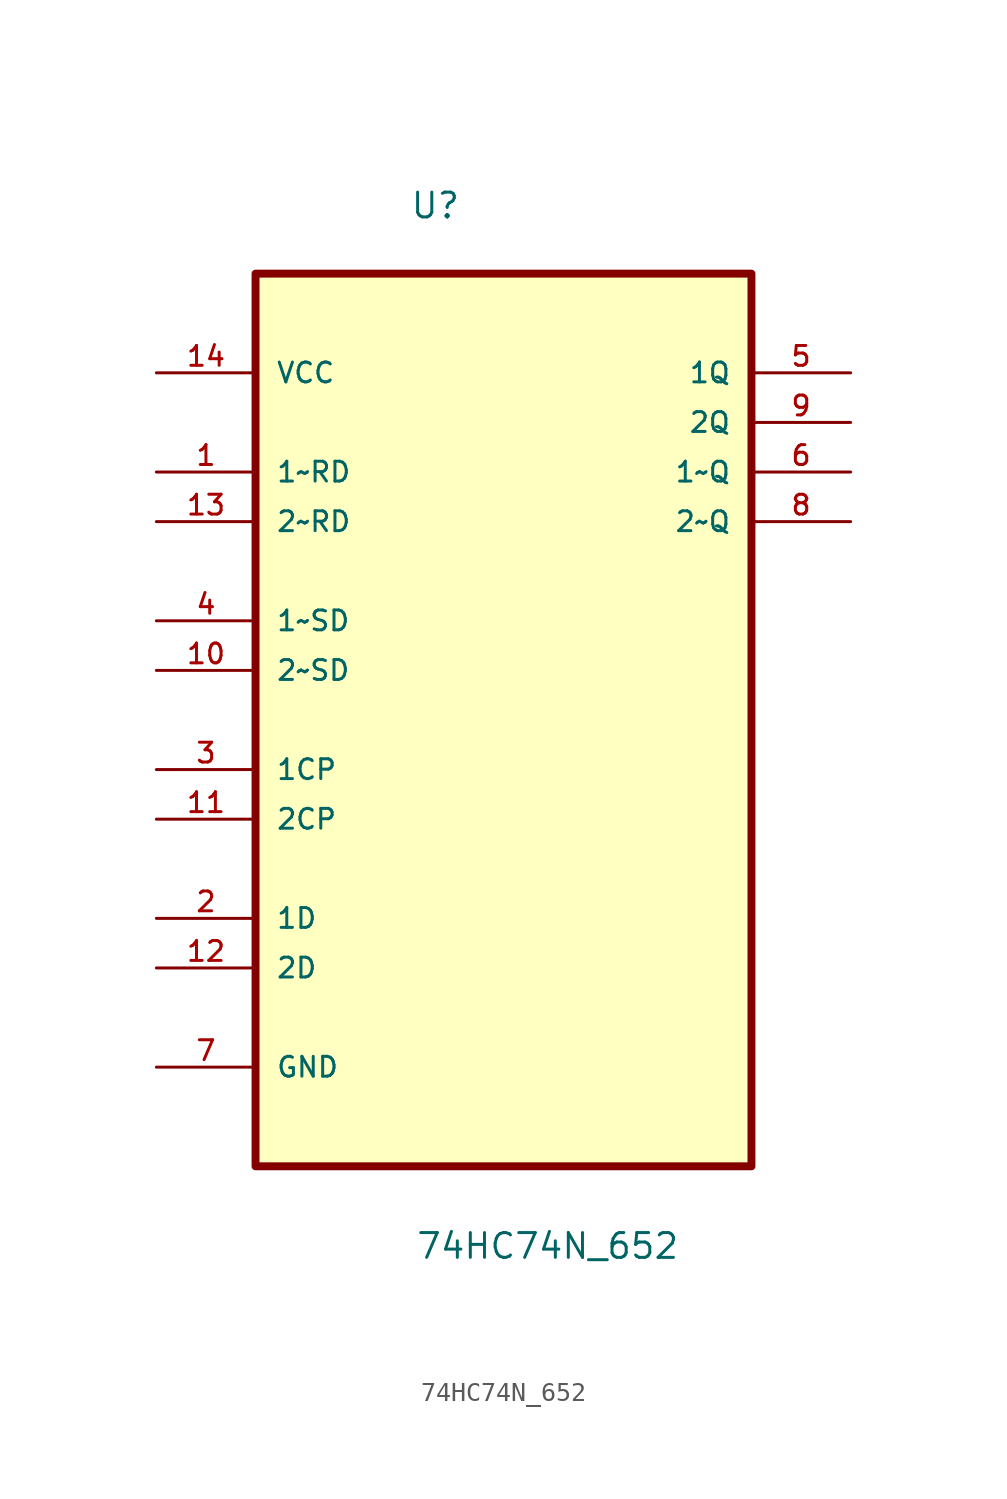
<source format=kicad_sym>
(kicad_symbol_lib
  (version 20211014)
  (generator kicad_symbol_editor)
  (symbol "74HC74N_652"
    (pin_names
      (offset 1.016))
    (property "Reference" "U"
      (at -4.801 23.063 0.0)
      (effects (font (size 1.27 1.27)) (justify bottom left)))
    (property "Value" "74HC74N_652"
      (at -4.521 -30.226 0.0)
      (effects (font (size 1.27 1.27)) (justify bottom left)))
    (symbol "74HC74N_652_0_0"
      (rectangle (start -12.7 -25.4) (end 12.7 20.32) (stroke (width 0.406)) (fill (type background)))
      (pin power_in line (at -17.78 15.24 0) (length 5.08) (name "VCC" (effects (font (size 1.016 1.016)))) (number "14" (effects (font (size 1.016 1.016)))))
      (pin input line (at -17.78 10.16 0) (length 5.08) (name "1~RD" (effects (font (size 1.016 1.016)))) (number "1" (effects (font (size 1.016 1.016)))))
      (pin input line (at -17.78 7.62 0) (length 5.08) (name "2~RD" (effects (font (size 1.016 1.016)))) (number "13" (effects (font (size 1.016 1.016)))))
      (pin input line (at -17.78 2.54 0) (length 5.08) (name "1~SD" (effects (font (size 1.016 1.016)))) (number "4" (effects (font (size 1.016 1.016)))))
      (pin input line (at -17.78 0.0 0) (length 5.08) (name "2~SD" (effects (font (size 1.016 1.016)))) (number "10" (effects (font (size 1.016 1.016)))))
      (pin input line (at -17.78 -5.08 0) (length 5.08) (name "1CP" (effects (font (size 1.016 1.016)))) (number "3" (effects (font (size 1.016 1.016)))))
      (pin input line (at -17.78 -7.62 0) (length 5.08) (name "2CP" (effects (font (size 1.016 1.016)))) (number "11" (effects (font (size 1.016 1.016)))))
      (pin input line (at -17.78 -12.7 0) (length 5.08) (name "1D" (effects (font (size 1.016 1.016)))) (number "2" (effects (font (size 1.016 1.016)))))
      (pin input line (at -17.78 -15.24 0) (length 5.08) (name "2D" (effects (font (size 1.016 1.016)))) (number "12" (effects (font (size 1.016 1.016)))))
      (pin passive line (at -17.78 -20.32 0) (length 5.08) (name "GND" (effects (font (size 1.016 1.016)))) (number "7" (effects (font (size 1.016 1.016)))))
      (pin output line (at 17.78 15.24 180.0) (length 5.08) (name "1Q" (effects (font (size 1.016 1.016)))) (number "5" (effects (font (size 1.016 1.016)))))
      (pin output line (at 17.78 12.7 180.0) (length 5.08) (name "2Q" (effects (font (size 1.016 1.016)))) (number "9" (effects (font (size 1.016 1.016)))))
      (pin output line (at 17.78 10.16 180.0) (length 5.08) (name "1~Q" (effects (font (size 1.016 1.016)))) (number "6" (effects (font (size 1.016 1.016)))))
      (pin output line (at 17.78 7.62 180.0) (length 5.08) (name "2~Q" (effects (font (size 1.016 1.016)))) (number "8" (effects (font (size 1.016 1.016))))))))
</source>
